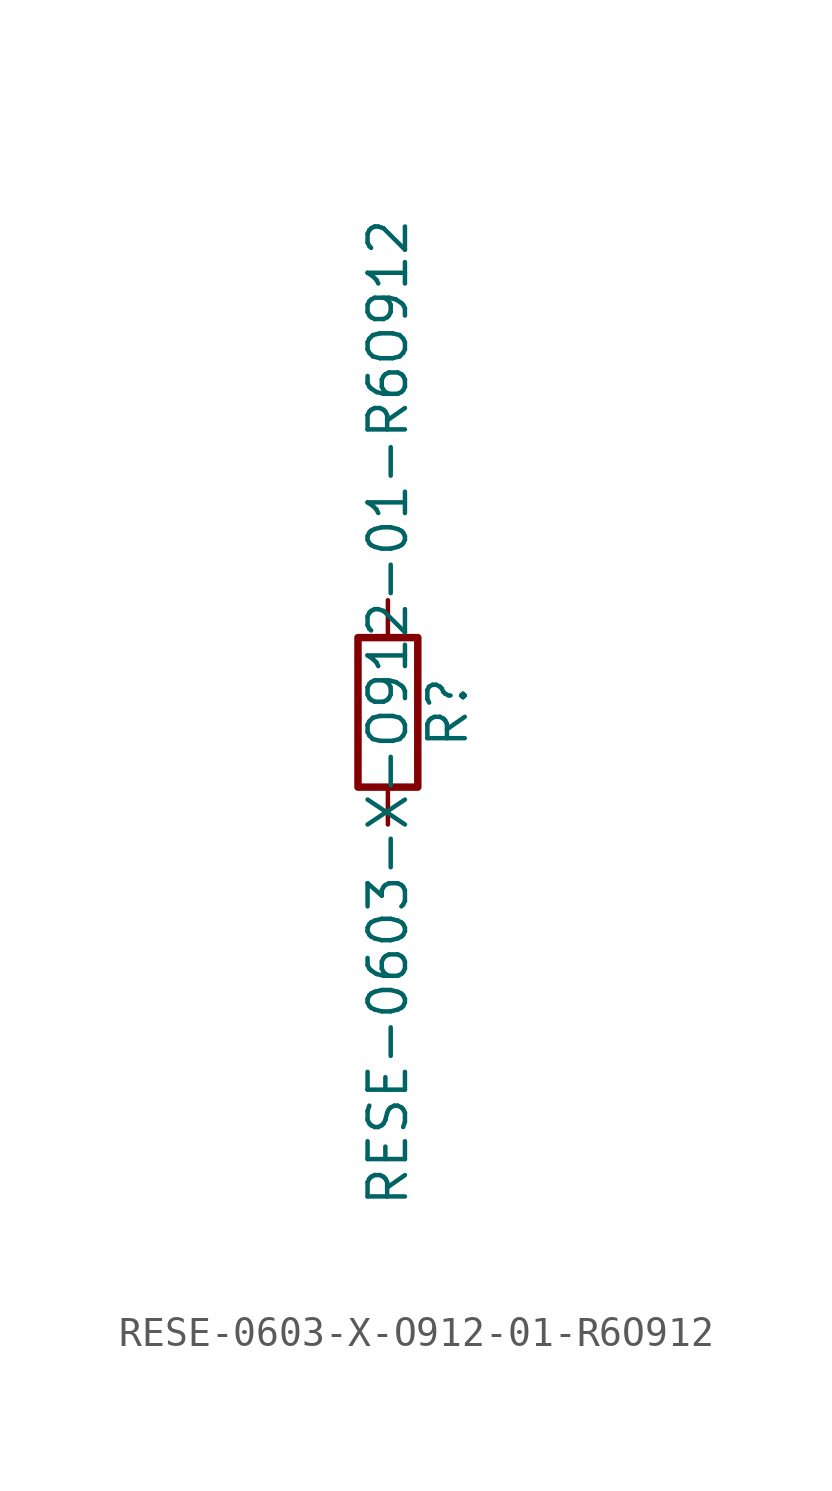
<source format=kicad_sym>
(kicad_symbol_lib
  (version 20211014)
  (generator kicad_symbol_editor)
  (symbol "RESE-0603-X-O912-01-R6O912"
    (pin_numbers hide)
    (pin_names
      (offset 0))
    (property "Reference" "R"
      (at 2.032 0 90)
      (effects (font (size 1.27 1.27))))
    (property "Value" "RESE-0603-X-O912-01-R6O912"
      (at 0 0 90)
      (effects (font (size 1.27 1.27))))
    (symbol "RESE-0603-X-O912-01-R6O912_0_1"
      (rectangle (start -1.016 -2.54) (end 1.016 2.54) (stroke (width 0.254) (type default) (color 0 0 0 0)) (fill (type none))))
    (symbol "RESE-0603-X-O912-01-R6O912_1_1"
      (pin passive line (at 0 3.81 270) (length 1.27) (name "~" (effects (font (size 1.27 1.27)))) (number "1" (effects (font (size 1.27 1.27)))))
      (pin passive line (at 0 -3.81 90) (length 1.27) (name "~" (effects (font (size 1.27 1.27)))) (number "2" (effects (font (size 1.27 1.27))))))))
</source>
